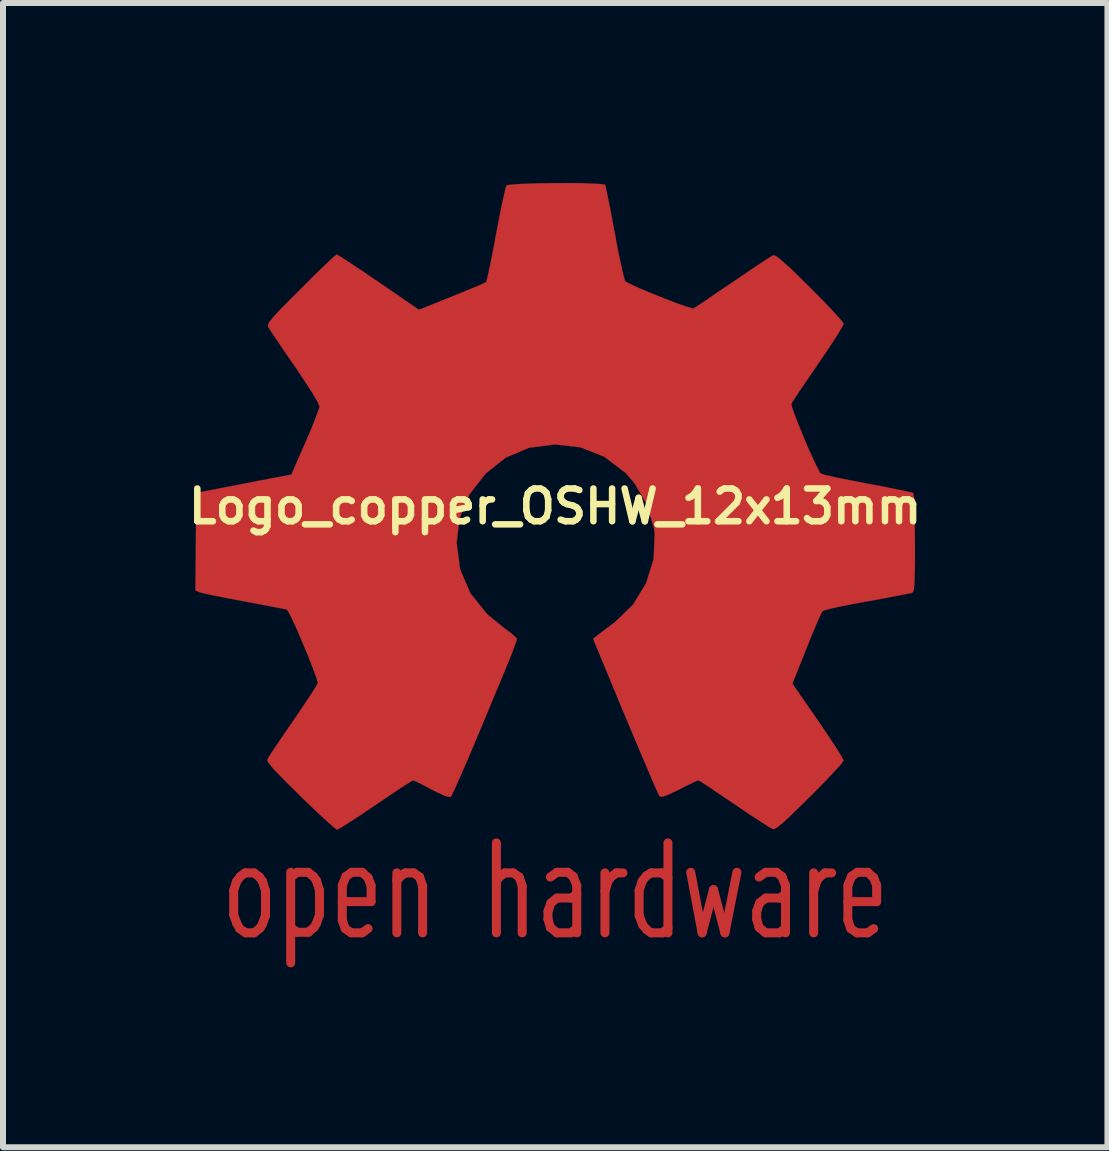
<source format=kicad_pcb>
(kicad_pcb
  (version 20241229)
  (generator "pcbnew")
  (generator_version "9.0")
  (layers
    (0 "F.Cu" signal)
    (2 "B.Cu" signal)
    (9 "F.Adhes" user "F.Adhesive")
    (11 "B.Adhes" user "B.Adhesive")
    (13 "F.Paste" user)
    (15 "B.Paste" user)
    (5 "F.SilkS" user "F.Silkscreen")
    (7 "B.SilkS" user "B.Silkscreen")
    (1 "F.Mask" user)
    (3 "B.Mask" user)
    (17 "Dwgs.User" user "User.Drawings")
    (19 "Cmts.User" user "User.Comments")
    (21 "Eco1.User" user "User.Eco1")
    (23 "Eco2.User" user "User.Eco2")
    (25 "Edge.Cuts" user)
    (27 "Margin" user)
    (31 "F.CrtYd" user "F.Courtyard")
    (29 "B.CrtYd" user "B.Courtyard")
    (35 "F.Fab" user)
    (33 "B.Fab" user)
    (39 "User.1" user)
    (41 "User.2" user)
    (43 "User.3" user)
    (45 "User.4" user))
  (footprint "Logo_copper_OSHW_12x13mm"
    (layer "F.Cu")
    (at 6.207 5.394)
    (property "Reference" "Logo_copper_OSHW_12x13mm" (at 0 0 0) (layer "F.SilkS") (effects (font (size 0.546 0.546) (thickness 0.109))))
    (attr through_hole)
    (fp_line (start -5.36 6.4) (end -5.36 6.81) (stroke (width 0.15) (type solid)) (layer "F.Cu"))
    (fp_line (start -5.36 6.81) (end -5.31 6.95) (stroke (width 0.15) (type solid)) (layer "F.Cu"))
    (fp_line (start -5.31 6.25) (end -5.36 6.4) (stroke (width 0.15) (type solid)) (layer "F.Cu"))
    (fp_line (start -5.31 6.95) (end -5.26 7.04) (stroke (width 0.15) (type solid)) (layer "F.Cu"))
    (fp_line (start -5.26 7.04) (end -5.16 7.11) (stroke (width 0.15) (type solid)) (layer "F.Cu"))
    (fp_line (start -5.25 6.17) (end -5.31 6.25) (stroke (width 0.15) (type solid)) (layer "F.Cu"))
    (fp_line (start -5.17 6.11) (end -5.25 6.17) (stroke (width 0.15) (type solid)) (layer "F.Cu"))
    (fp_line (start -5.16 7.11) (end -5.02 7.11) (stroke (width 0.15) (type solid)) (layer "F.Cu"))
    (fp_line (start -5.02 6.11) (end -5.17 6.11) (stroke (width 0.15) (type solid)) (layer "F.Cu"))
    (fp_line (start -5.02 7.11) (end -4.92 7.03) (stroke (width 0.15) (type solid)) (layer "F.Cu"))
    (fp_line (start -4.93 6.18) (end -5.02 6.11) (stroke (width 0.15) (type solid)) (layer "F.Cu"))
    (fp_line (start -4.92 7.03) (end -4.88 6.96) (stroke (width 0.15) (type solid)) (layer "F.Cu"))
    (fp_line (start -4.88 6.25) (end -4.93 6.18) (stroke (width 0.15) (type solid)) (layer "F.Cu"))
    (fp_line (start -4.88 6.96) (end -4.83 6.82) (stroke (width 0.15) (type solid)) (layer "F.Cu"))
    (fp_line (start -4.83 6.41) (end -4.88 6.25) (stroke (width 0.15) (type solid)) (layer "F.Cu"))
    (fp_line (start -4.83 6.82) (end -4.83 6.41) (stroke (width 0.15) (type solid)) (layer "F.Cu"))
    (fp_line (start -4.41 6.1) (end -4.41 7.61) (stroke (width 0.15) (type solid)) (layer "F.Cu"))
    (fp_line (start -4.4 7.03) (end -4.3 7.1) (stroke (width 0.15) (type solid)) (layer "F.Cu"))
    (fp_line (start -4.3 6.1) (end -4.38 6.16) (stroke (width 0.15) (type solid)) (layer "F.Cu"))
    (fp_line (start -4.3 6.1) (end -4.12 6.1) (stroke (width 0.15) (type solid)) (layer "F.Cu"))
    (fp_line (start -4.3 7.1) (end -4.11 7.1) (stroke (width 0.15) (type solid)) (layer "F.Cu"))
    (fp_line (start -4.12 7.1) (end -4.02 7.02) (stroke (width 0.15) (type solid)) (layer "F.Cu"))
    (fp_line (start -4.03 6.17) (end -4.12 6.1) (stroke (width 0.15) (type solid)) (layer "F.Cu"))
    (fp_line (start -4.02 7.02) (end -3.98 6.95) (stroke (width 0.15) (type solid)) (layer "F.Cu"))
    (fp_line (start -3.98 6.24) (end -4.03 6.17) (stroke (width 0.15) (type solid)) (layer "F.Cu"))
    (fp_line (start -3.98 6.95) (end -3.93 6.81) (stroke (width 0.15) (type solid)) (layer "F.Cu"))
    (fp_line (start -3.93 6.4) (end -3.98 6.24) (stroke (width 0.15) (type solid)) (layer "F.Cu"))
    (fp_line (start -3.93 6.81) (end -3.93 6.4) (stroke (width 0.15) (type solid)) (layer "F.Cu"))
    (fp_line (start -3.55 6.32) (end -3.55 6.9) (stroke (width 0.15) (type solid)) (layer "F.Cu"))
    (fp_line (start -3.55 6.59) (end -3.07 6.59) (stroke (width 0.15) (type solid)) (layer "F.Cu"))
    (fp_line (start -3.55 6.9) (end -3.5 7.04) (stroke (width 0.15) (type solid)) (layer "F.Cu"))
    (fp_line (start -3.5 7.04) (end -3.4 7.11) (stroke (width 0.15) (type solid)) (layer "F.Cu"))
    (fp_line (start -3.49 6.17) (end -3.55 6.32) (stroke (width 0.15) (type solid)) (layer "F.Cu"))
    (fp_line (start -3.4 7.11) (end -3.22 7.11) (stroke (width 0.15) (type solid)) (layer "F.Cu"))
    (fp_line (start -3.39 6.1) (end -3.49 6.17) (stroke (width 0.15) (type solid)) (layer "F.Cu"))
    (fp_line (start -3.22 6.1) (end -3.39 6.1) (stroke (width 0.15) (type solid)) (layer "F.Cu"))
    (fp_line (start -3.22 7.11) (end -3.12 7.04) (stroke (width 0.15) (type solid)) (layer "F.Cu"))
    (fp_line (start -3.12 6.19) (end -3.22 6.1) (stroke (width 0.15) (type solid)) (layer "F.Cu"))
    (fp_line (start -3.07 6.32) (end -3.12 6.19) (stroke (width 0.15) (type solid)) (layer "F.Cu"))
    (fp_line (start -3.07 6.59) (end -3.07 6.32) (stroke (width 0.15) (type solid)) (layer "F.Cu"))
    (fp_line (start -2.64 6.11) (end -2.64 7.11) (stroke (width 0.15) (type solid)) (layer "F.Cu"))
    (fp_line (start -2.58 6.17) (end -2.64 6.24) (stroke (width 0.15) (type solid)) (layer "F.Cu"))
    (fp_line (start -2.5 6.11) (end -2.58 6.17) (stroke (width 0.15) (type solid)) (layer "F.Cu"))
    (fp_line (start -2.36 6.11) (end -2.5 6.11) (stroke (width 0.15) (type solid)) (layer "F.Cu"))
    (fp_line (start -2.26 6.18) (end -2.36 6.11) (stroke (width 0.15) (type solid)) (layer "F.Cu"))
    (fp_line (start -2.21 6.33) (end -2.26 6.18) (stroke (width 0.15) (type solid)) (layer "F.Cu"))
    (fp_line (start -2.21 7.11) (end -2.21 6.33) (stroke (width 0.15) (type solid)) (layer "F.Cu"))
    (fp_line (start -0.98 7.11) (end -0.98 5.61) (stroke (width 0.15) (type solid)) (layer "F.Cu"))
    (fp_line (start -0.92 6.17) (end -0.98 6.24) (stroke (width 0.15) (type solid)) (layer "F.Cu"))
    (fp_line (start -0.84 6.11) (end -0.92 6.17) (stroke (width 0.15) (type solid)) (layer "F.Cu"))
    (fp_line (start -0.7 6.11) (end -0.84 6.11) (stroke (width 0.15) (type solid)) (layer "F.Cu"))
    (fp_line (start -0.6 6.18) (end -0.7 6.11) (stroke (width 0.15) (type solid)) (layer "F.Cu"))
    (fp_line (start -0.55 6.33) (end -0.6 6.18) (stroke (width 0.15) (type solid)) (layer "F.Cu"))
    (fp_line (start -0.55 7.11) (end -0.55 6.33) (stroke (width 0.15) (type solid)) (layer "F.Cu"))
    (fp_line (start -0.12 6.75) (end -0.12 6.88) (stroke (width 0.15) (type solid)) (layer "F.Cu"))
    (fp_line (start -0.12 6.88) (end -0.08 7.02) (stroke (width 0.15) (type solid)) (layer "F.Cu"))
    (fp_line (start -0.08 6.18) (end 0.03 6.1) (stroke (width 0.15) (type solid)) (layer "F.Cu"))
    (fp_line (start -0.08 7.02) (end 0.03 7.11) (stroke (width 0.15) (type solid)) (layer "F.Cu"))
    (fp_line (start -0.07 6.61) (end -0.12 6.75) (stroke (width 0.15) (type solid)) (layer "F.Cu"))
    (fp_line (start 0.03 6.1) (end 0.21 6.1) (stroke (width 0.15) (type solid)) (layer "F.Cu"))
    (fp_line (start 0.03 6.53) (end -0.07 6.61) (stroke (width 0.15) (type solid)) (layer "F.Cu"))
    (fp_line (start 0.03 7.11) (end 0.26 7.11) (stroke (width 0.15) (type solid)) (layer "F.Cu"))
    (fp_line (start 0.21 6.1) (end 0.3 6.17) (stroke (width 0.15) (type solid)) (layer "F.Cu"))
    (fp_line (start 0.26 7.11) (end 0.36 7.03) (stroke (width 0.15) (type solid)) (layer "F.Cu"))
    (fp_line (start 0.27 6.53) (end 0.03 6.53) (stroke (width 0.15) (type solid)) (layer "F.Cu"))
    (fp_line (start 0.3 6.17) (end 0.36 6.32) (stroke (width 0.15) (type solid)) (layer "F.Cu"))
    (fp_line (start 0.36 6.32) (end 0.36 7.11) (stroke (width 0.15) (type solid)) (layer "F.Cu"))
    (fp_line (start 0.36 6.46) (end 0.27 6.53) (stroke (width 0.15) (type solid)) (layer "F.Cu"))
    (fp_line (start 0.83 6.11) (end 0.83 7.11) (stroke (width 0.15) (type solid)) (layer "F.Cu"))
    (fp_line (start 0.88 6.25) (end 0.83 6.42) (stroke (width 0.15) (type solid)) (layer "F.Cu"))
    (fp_line (start 0.92 6.19) (end 0.88 6.25) (stroke (width 0.15) (type solid)) (layer "F.Cu"))
    (fp_line (start 1.02 6.11) (end 0.92 6.19) (stroke (width 0.15) (type solid)) (layer "F.Cu"))
    (fp_line (start 1.13 6.11) (end 1.02 6.11) (stroke (width 0.15) (type solid)) (layer "F.Cu"))
    (fp_line (start 1.4 6.4) (end 1.45 6.25) (stroke (width 0.15) (type solid)) (layer "F.Cu"))
    (fp_line (start 1.4 6.82) (end 1.4 6.4) (stroke (width 0.15) (type solid)) (layer "F.Cu"))
    (fp_line (start 1.45 6.25) (end 1.52 6.16) (stroke (width 0.15) (type solid)) (layer "F.Cu"))
    (fp_line (start 1.46 6.98) (end 1.4 6.82) (stroke (width 0.15) (type solid)) (layer "F.Cu"))
    (fp_line (start 1.52 6.16) (end 1.6 6.11) (stroke (width 0.15) (type solid)) (layer "F.Cu"))
    (fp_line (start 1.53 7.06) (end 1.46 6.98) (stroke (width 0.15) (type solid)) (layer "F.Cu"))
    (fp_line (start 1.6 6.11) (end 1.78 6.11) (stroke (width 0.15) (type solid)) (layer "F.Cu"))
    (fp_line (start 1.6 7.11) (end 1.53 7.06) (stroke (width 0.15) (type solid)) (layer "F.Cu"))
    (fp_line (start 1.78 6.11) (end 1.88 6.19) (stroke (width 0.15) (type solid)) (layer "F.Cu"))
    (fp_line (start 1.79 7.11) (end 1.6 7.11) (stroke (width 0.15) (type solid)) (layer "F.Cu"))
    (fp_line (start 1.88 5.61) (end 1.88 7.11) (stroke (width 0.15) (type solid)) (layer "F.Cu"))
    (fp_line (start 1.88 7.03) (end 1.79 7.11) (stroke (width 0.15) (type solid)) (layer "F.Cu"))
    (fp_line (start 2.26 6.1) (end 2.45 7.11) (stroke (width 0.15) (type solid)) (layer "F.Cu"))
    (fp_line (start 2.45 7.11) (end 2.64 6.39) (stroke (width 0.15) (type solid)) (layer "F.Cu"))
    (fp_line (start 2.64 6.39) (end 2.83 7.11) (stroke (width 0.15) (type solid)) (layer "F.Cu"))
    (fp_line (start 2.83 7.11) (end 3.03 6.1) (stroke (width 0.15) (type solid)) (layer "F.Cu"))
    (fp_line (start 3.36 6.75) (end 3.36 6.88) (stroke (width 0.15) (type solid)) (layer "F.Cu"))
    (fp_line (start 3.36 6.88) (end 3.4 7.02) (stroke (width 0.15) (type solid)) (layer "F.Cu"))
    (fp_line (start 3.4 6.18) (end 3.51 6.1) (stroke (width 0.15) (type solid)) (layer "F.Cu"))
    (fp_line (start 3.4 7.02) (end 3.51 7.11) (stroke (width 0.15) (type solid)) (layer "F.Cu"))
    (fp_line (start 3.41 6.61) (end 3.36 6.75) (stroke (width 0.15) (type solid)) (layer "F.Cu"))
    (fp_line (start 3.51 6.1) (end 3.69 6.1) (stroke (width 0.15) (type solid)) (layer "F.Cu"))
    (fp_line (start 3.51 6.53) (end 3.41 6.61) (stroke (width 0.15) (type solid)) (layer "F.Cu"))
    (fp_line (start 3.51 7.11) (end 3.74 7.11) (stroke (width 0.15) (type solid)) (layer "F.Cu"))
    (fp_line (start 3.69 6.1) (end 3.78 6.17) (stroke (width 0.15) (type solid)) (layer "F.Cu"))
    (fp_line (start 3.74 7.11) (end 3.84 7.03) (stroke (width 0.15) (type solid)) (layer "F.Cu"))
    (fp_line (start 3.75 6.53) (end 3.51 6.53) (stroke (width 0.15) (type solid)) (layer "F.Cu"))
    (fp_line (start 3.78 6.17) (end 3.84 6.32) (stroke (width 0.15) (type solid)) (layer "F.Cu"))
    (fp_line (start 3.84 6.32) (end 3.84 7.11) (stroke (width 0.15) (type solid)) (layer "F.Cu"))
    (fp_line (start 3.84 6.46) (end 3.75 6.53) (stroke (width 0.15) (type solid)) (layer "F.Cu"))
    (fp_line (start 4.31 6.11) (end 4.31 7.11) (stroke (width 0.15) (type solid)) (layer "F.Cu"))
    (fp_line (start 4.36 6.25) (end 4.31 6.42) (stroke (width 0.15) (type solid)) (layer "F.Cu"))
    (fp_line (start 4.4 6.19) (end 4.36 6.25) (stroke (width 0.15) (type solid)) (layer "F.Cu"))
    (fp_line (start 4.5 6.11) (end 4.4 6.19) (stroke (width 0.15) (type solid)) (layer "F.Cu"))
    (fp_line (start 4.61 6.11) (end 4.5 6.11) (stroke (width 0.15) (type solid)) (layer "F.Cu"))
    (fp_line (start 4.88 6.32) (end 4.88 6.9) (stroke (width 0.15) (type solid)) (layer "F.Cu"))
    (fp_line (start 4.88 6.59) (end 5.36 6.59) (stroke (width 0.15) (type solid)) (layer "F.Cu"))
    (fp_line (start 4.88 6.9) (end 4.93 7.04) (stroke (width 0.15) (type solid)) (layer "F.Cu"))
    (fp_line (start 4.93 7.04) (end 5.03 7.11) (stroke (width 0.15) (type solid)) (layer "F.Cu"))
    (fp_line (start 4.94 6.17) (end 4.88 6.32) (stroke (width 0.15) (type solid)) (layer "F.Cu"))
    (fp_line (start 5.03 7.11) (end 5.21 7.11) (stroke (width 0.15) (type solid)) (layer "F.Cu"))
    (fp_line (start 5.04 6.1) (end 4.94 6.17) (stroke (width 0.15) (type solid)) (layer "F.Cu"))
    (fp_line (start 5.21 6.1) (end 5.04 6.1) (stroke (width 0.15) (type solid)) (layer "F.Cu"))
    (fp_line (start 5.21 7.11) (end 5.31 7.04) (stroke (width 0.15) (type solid)) (layer "F.Cu"))
    (fp_line (start 5.31 6.19) (end 5.21 6.1) (stroke (width 0.15) (type solid)) (layer "F.Cu"))
    (fp_line (start 5.36 6.32) (end 5.31 6.19) (stroke (width 0.15) (type solid)) (layer "F.Cu"))
    (fp_line (start 5.36 6.59) (end 5.36 6.32) (stroke (width 0.15) (type solid)) (layer "F.Cu"))
    (fp_poly (pts (xy -3.637 5.39) (xy -3.574 5.357) (xy -3.434 5.268) (xy -3.233 5.138) (xy -2.997 4.978) (xy -2.758 4.818) (xy -2.563 4.686) (xy -2.426 4.6) (xy -2.37 4.567) (xy -2.339 4.577) (xy -2.225 4.633) (xy -2.062 4.719) (xy -1.966 4.768) (xy -1.816 4.834) (xy -1.742 4.846) (xy -1.73 4.826) (xy -1.674 4.709) (xy -1.587 4.514) (xy -1.473 4.252) (xy -1.344 3.95) (xy -1.206 3.619) (xy -1.067 3.284) (xy -0.935 2.967) (xy -0.815 2.68) (xy -0.721 2.446) (xy -0.66 2.283) (xy -0.638 2.212) (xy -0.645 2.197) (xy -0.719 2.126) (xy -0.851 2.027) (xy -1.135 1.796) (xy -1.415 1.445) (xy -1.585 1.049) (xy -1.643 0.607) (xy -1.595 0.198) (xy -1.433 -0.196) (xy -1.158 -0.549) (xy -0.826 -0.813) (xy -0.437 -0.978) (xy 0 -1.034) (xy 0.419 -0.986) (xy 0.82 -0.828) (xy 1.173 -0.559) (xy 1.323 -0.386) (xy 1.529 -0.028) (xy 1.646 0.358) (xy 1.659 0.455) (xy 1.641 0.876) (xy 1.516 1.28) (xy 1.295 1.641) (xy 0.986 1.938) (xy 0.947 1.966) (xy 0.803 2.073) (xy 0.709 2.146) (xy 0.632 2.207) (xy 1.168 3.5) (xy 1.255 3.706) (xy 1.402 4.056) (xy 1.532 4.361) (xy 1.636 4.605) (xy 1.707 4.765) (xy 1.737 4.831) (xy 1.742 4.834) (xy 1.788 4.841) (xy 1.887 4.806) (xy 2.068 4.719) (xy 2.187 4.658) (xy 2.324 4.592) (xy 2.385 4.567) (xy 2.438 4.595) (xy 2.57 4.681) (xy 2.761 4.811) (xy 2.992 4.966) (xy 3.213 5.116) (xy 3.416 5.25) (xy 3.564 5.344) (xy 3.635 5.382) (xy 3.645 5.382) (xy 3.708 5.347) (xy 3.825 5.25) (xy 4 5.083) (xy 4.249 4.839) (xy 4.288 4.801) (xy 4.493 4.592) (xy 4.658 4.417) (xy 4.77 4.293) (xy 4.811 4.237) (xy 4.773 4.166) (xy 4.681 4.018) (xy 4.547 3.815) (xy 4.384 3.574) (xy 3.955 2.954) (xy 4.191 2.367) (xy 4.262 2.187) (xy 4.354 1.968) (xy 4.422 1.814) (xy 4.458 1.745) (xy 4.521 1.722) (xy 4.681 1.684) (xy 4.915 1.636) (xy 5.192 1.585) (xy 5.456 1.537) (xy 5.695 1.491) (xy 5.867 1.458) (xy 5.946 1.443) (xy 5.964 1.43) (xy 5.979 1.392) (xy 5.989 1.311) (xy 5.994 1.166) (xy 5.999 0.937) (xy 5.999 0.607) (xy 5.999 0.572) (xy 5.994 0.257) (xy 5.989 0.005) (xy 5.982 -0.16) (xy 5.969 -0.226) (xy 5.895 -0.244) (xy 5.725 -0.279) (xy 5.486 -0.328) (xy 5.202 -0.381) (xy 5.184 -0.384) (xy 4.9 -0.439) (xy 4.663 -0.488) (xy 4.496 -0.526) (xy 4.427 -0.549) (xy 4.412 -0.569) (xy 4.354 -0.681) (xy 4.272 -0.856) (xy 4.178 -1.069) (xy 4.087 -1.293) (xy 4.006 -1.494) (xy 3.952 -1.643) (xy 3.937 -1.712) (xy 3.98 -1.781) (xy 4.077 -1.928) (xy 4.216 -2.131) (xy 4.381 -2.372) (xy 4.394 -2.393) (xy 4.557 -2.631) (xy 4.689 -2.835) (xy 4.778 -2.979) (xy 4.811 -3.043) (xy 4.811 -3.048) (xy 4.755 -3.119) (xy 4.633 -3.256) (xy 4.458 -3.439) (xy 4.249 -3.65) (xy 4.181 -3.716) (xy 3.95 -3.945) (xy 3.787 -4.092) (xy 3.686 -4.173) (xy 3.637 -4.191) (xy 3.635 -4.188) (xy 3.564 -4.145) (xy 3.411 -4.046) (xy 3.205 -3.907) (xy 2.962 -3.741) (xy 2.946 -3.731) (xy 2.705 -3.569) (xy 2.507 -3.432) (xy 2.365 -3.338) (xy 2.301 -3.302) (xy 2.291 -3.302) (xy 2.195 -3.33) (xy 2.024 -3.388) (xy 1.814 -3.47) (xy 1.593 -3.559) (xy 1.389 -3.645) (xy 1.24 -3.713) (xy 1.168 -3.754) (xy 1.166 -3.757) (xy 1.14 -3.843) (xy 1.1 -4.023) (xy 1.046 -4.27) (xy 0.993 -4.564) (xy 0.983 -4.61) (xy 0.93 -4.897) (xy 0.884 -5.133) (xy 0.848 -5.296) (xy 0.833 -5.364) (xy 0.792 -5.372) (xy 0.653 -5.382) (xy 0.439 -5.39) (xy 0.18 -5.392) (xy -0.091 -5.39) (xy -0.356 -5.385) (xy -0.582 -5.377) (xy -0.744 -5.364) (xy -0.813 -5.352) (xy -0.815 -5.347) (xy -0.838 -5.258) (xy -0.879 -5.08) (xy -0.93 -4.831) (xy -0.986 -4.536) (xy -0.996 -4.483) (xy -1.049 -4.199) (xy -1.097 -3.965) (xy -1.133 -3.805) (xy -1.151 -3.741) (xy -1.176 -3.729) (xy -1.293 -3.675) (xy -1.483 -3.597) (xy -1.722 -3.5) (xy -2.271 -3.279) (xy -2.944 -3.741) (xy -3.005 -3.782) (xy -3.249 -3.947) (xy -3.447 -4.079) (xy -3.586 -4.168) (xy -3.642 -4.201) (xy -3.647 -4.199) (xy -3.716 -4.14) (xy -3.848 -4.016) (xy -4.031 -3.838) (xy -4.242 -3.627) (xy -4.399 -3.47) (xy -4.585 -3.282) (xy -4.702 -3.155) (xy -4.768 -3.073) (xy -4.79 -3.023) (xy -4.783 -2.99) (xy -4.74 -2.921) (xy -4.641 -2.774) (xy -4.503 -2.568) (xy -4.338 -2.332) (xy -4.204 -2.131) (xy -4.056 -1.905) (xy -3.962 -1.745) (xy -3.929 -1.666) (xy -3.937 -1.633) (xy -3.985 -1.501) (xy -4.064 -1.3) (xy -4.166 -1.064) (xy -4.399 -0.531) (xy -4.75 -0.465) (xy -4.961 -0.424) (xy -5.258 -0.366) (xy -5.542 -0.312) (xy -5.984 -0.226) (xy -5.999 1.4) (xy -5.931 1.43) (xy -5.865 1.448) (xy -5.702 1.483) (xy -5.469 1.529) (xy -5.192 1.582) (xy -4.956 1.626) (xy -4.719 1.671) (xy -4.549 1.704) (xy -4.473 1.72) (xy -4.455 1.745) (xy -4.394 1.862) (xy -4.31 2.042) (xy -4.216 2.263) (xy -4.122 2.489) (xy -4.039 2.7) (xy -3.98 2.86) (xy -3.957 2.944) (xy -3.99 3.005) (xy -4.079 3.145) (xy -4.211 3.343) (xy -4.371 3.579) (xy -4.534 3.815) (xy -4.669 4.016) (xy -4.765 4.161) (xy -4.803 4.227) (xy -4.783 4.272) (xy -4.689 4.387) (xy -4.511 4.569) (xy -4.247 4.831) (xy -4.204 4.874) (xy -3.993 5.075) (xy -3.815 5.24) (xy -3.693 5.349) (xy -3.637 5.39)) (stroke (width 0.003) (type solid)) (fill yes) (layer "F.Cu")))
  (gr_rect
    (start -3 -3)
    (end 15.415 16.079)
    (stroke (width 0.1) (type default))
    (fill no)
    (layer "Edge.Cuts")))
</source>
